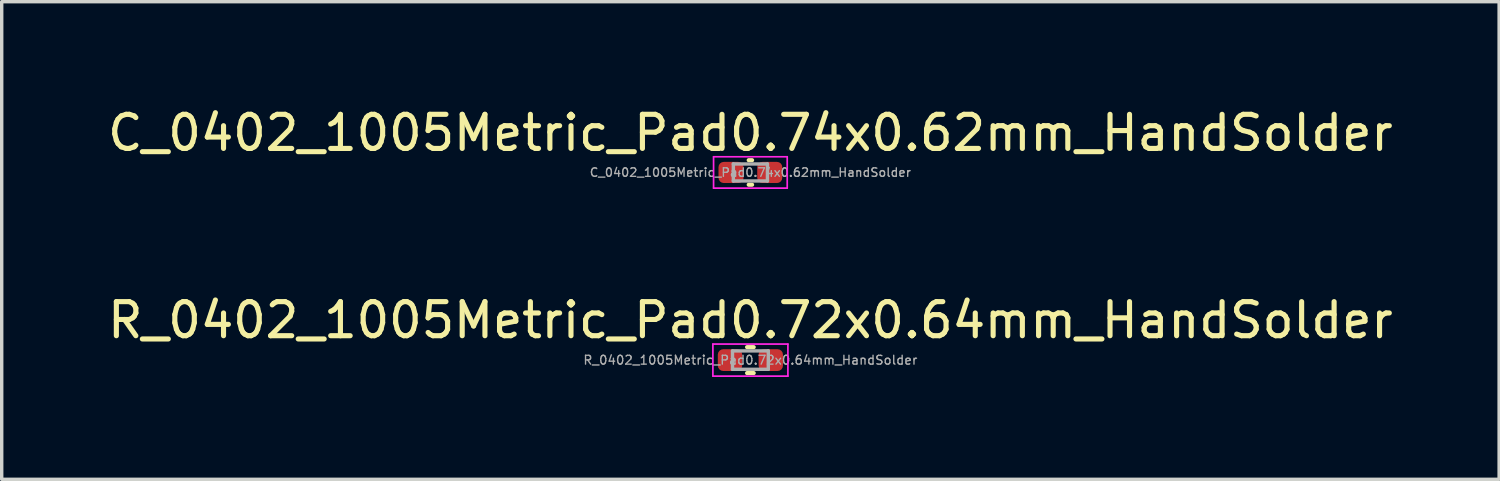
<source format=kicad_pcb>
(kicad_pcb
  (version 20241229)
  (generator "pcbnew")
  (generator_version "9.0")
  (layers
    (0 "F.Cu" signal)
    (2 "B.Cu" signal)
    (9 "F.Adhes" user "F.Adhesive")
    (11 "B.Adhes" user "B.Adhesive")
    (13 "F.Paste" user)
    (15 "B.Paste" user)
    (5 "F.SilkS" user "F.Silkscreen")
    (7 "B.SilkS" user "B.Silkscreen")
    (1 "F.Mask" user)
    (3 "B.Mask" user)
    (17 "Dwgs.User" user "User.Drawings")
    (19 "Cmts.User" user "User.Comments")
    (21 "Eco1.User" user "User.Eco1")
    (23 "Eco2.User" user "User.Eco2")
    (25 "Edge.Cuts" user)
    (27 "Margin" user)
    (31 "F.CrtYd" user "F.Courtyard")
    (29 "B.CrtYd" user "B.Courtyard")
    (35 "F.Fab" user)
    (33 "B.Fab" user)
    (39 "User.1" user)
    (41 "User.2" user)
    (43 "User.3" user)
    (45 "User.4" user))
  (footprint "C_0402_1005Metric_Pad0.74x0.62mm_HandSolder"
    (layer "F.Cu")
    (at 18.958 2.008)
    (property "Reference" "C_0402_1005Metric_Pad0.74x0.62mm_HandSolder" (at 0 -1.16 0) (layer "F.SilkS") (effects (font (size 1 1) (thickness 0.15))))
    (attr smd)
    (fp_line (start -0.05 -0.36) (end 0.05 -0.36) (stroke (width 0.12) (type solid)) (layer "F.SilkS"))
    (fp_line (start -0.05 0.36) (end 0.05 0.36) (stroke (width 0.12) (type solid)) (layer "F.SilkS"))
    (fp_line (start -1.08 -0.46) (end 1.08 -0.46) (stroke (width 0.05) (type solid)) (layer "F.CrtYd"))
    (fp_line (start -1.08 0.46) (end -1.08 -0.46) (stroke (width 0.05) (type solid)) (layer "F.CrtYd"))
    (fp_line (start 1.08 -0.46) (end 1.08 0.46) (stroke (width 0.05) (type solid)) (layer "F.CrtYd"))
    (fp_line (start 1.08 0.46) (end -1.08 0.46) (stroke (width 0.05) (type solid)) (layer "F.CrtYd"))
    (fp_line (start -0.5 -0.25) (end 0.5 -0.25) (stroke (width 0.1) (type solid)) (layer "F.Fab"))
    (fp_line (start -0.5 0.25) (end -0.5 -0.25) (stroke (width 0.1) (type solid)) (layer "F.Fab"))
    (fp_line (start 0.5 -0.25) (end 0.5 0.25) (stroke (width 0.1) (type solid)) (layer "F.Fab"))
    (fp_line (start 0.5 0.25) (end -0.5 0.25) (stroke (width 0.1) (type solid)) (layer "F.Fab"))
    (fp_text user "${REFERENCE}" (at 0 0 0) (layer "F.Fab") (effects (font (size 0.25 0.25) (thickness 0.04))))
    (pad "1" smd roundrect (at -0.568 0) (size 0.735 0.62) (layers "F.Cu" "F.Mask" "F.Paste") (roundrect_rratio 0.25))
    (pad "2" smd roundrect (at 0.568 0) (size 0.735 0.62) (layers "F.Cu" "F.Mask" "F.Paste") (roundrect_rratio 0.25)))
  (footprint "R_0402_1005Metric_Pad0.72x0.64mm_HandSolder"
    (layer "F.Cu")
    (at 18.958 7.511)
    (property "Reference" "R_0402_1005Metric_Pad0.72x0.64mm_HandSolder" (at 0 -1.17 0) (layer "F.SilkS") (effects (font (size 1 1) (thickness 0.15))))
    (attr smd)
    (fp_line (start -0.098 -0.38) (end 0.098 -0.38) (stroke (width 0.12) (type solid)) (layer "F.SilkS"))
    (fp_line (start -0.098 0.38) (end 0.098 0.38) (stroke (width 0.12) (type solid)) (layer "F.SilkS"))
    (fp_line (start -1.1 -0.47) (end 1.1 -0.47) (stroke (width 0.05) (type solid)) (layer "F.CrtYd"))
    (fp_line (start -1.1 0.47) (end -1.1 -0.47) (stroke (width 0.05) (type solid)) (layer "F.CrtYd"))
    (fp_line (start 1.1 -0.47) (end 1.1 0.47) (stroke (width 0.05) (type solid)) (layer "F.CrtYd"))
    (fp_line (start 1.1 0.47) (end -1.1 0.47) (stroke (width 0.05) (type solid)) (layer "F.CrtYd"))
    (fp_line (start -0.525 -0.27) (end 0.525 -0.27) (stroke (width 0.1) (type solid)) (layer "F.Fab"))
    (fp_line (start -0.525 0.27) (end -0.525 -0.27) (stroke (width 0.1) (type solid)) (layer "F.Fab"))
    (fp_line (start 0.525 -0.27) (end 0.525 0.27) (stroke (width 0.1) (type solid)) (layer "F.Fab"))
    (fp_line (start 0.525 0.27) (end -0.525 0.27) (stroke (width 0.1) (type solid)) (layer "F.Fab"))
    (fp_text user "${REFERENCE}" (at 0 0 0) (layer "F.Fab") (effects (font (size 0.26 0.26) (thickness 0.04))))
    (pad "1" smd roundrect (at -0.598 0) (size 0.715 0.64) (layers "F.Cu" "F.Mask" "F.Paste") (roundrect_rratio 0.25))
    (pad "2" smd roundrect (at 0.598 0) (size 0.715 0.64) (layers "F.Cu" "F.Mask" "F.Paste") (roundrect_rratio 0.25)))
  (gr_rect
    (start -3 -3)
    (end 40.917 11.007)
    (stroke (width 0.1) (type default))
    (fill no)
    (layer "Edge.Cuts")))
</source>
